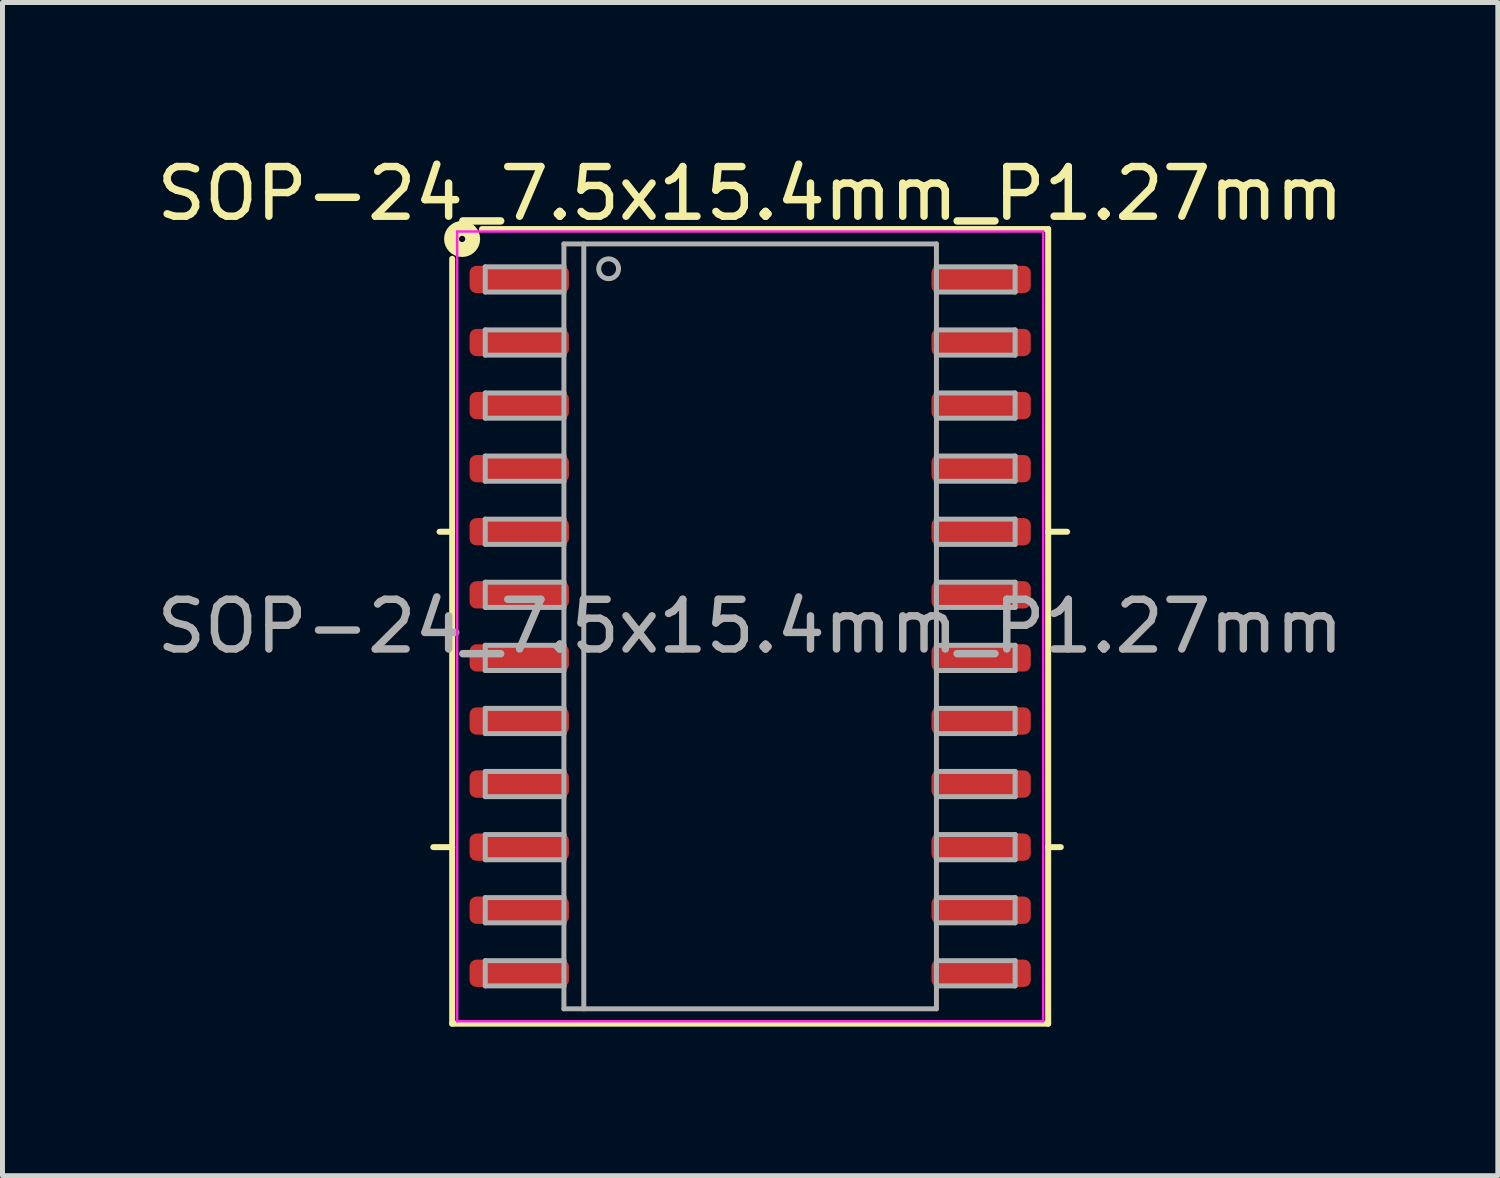
<source format=kicad_pcb>
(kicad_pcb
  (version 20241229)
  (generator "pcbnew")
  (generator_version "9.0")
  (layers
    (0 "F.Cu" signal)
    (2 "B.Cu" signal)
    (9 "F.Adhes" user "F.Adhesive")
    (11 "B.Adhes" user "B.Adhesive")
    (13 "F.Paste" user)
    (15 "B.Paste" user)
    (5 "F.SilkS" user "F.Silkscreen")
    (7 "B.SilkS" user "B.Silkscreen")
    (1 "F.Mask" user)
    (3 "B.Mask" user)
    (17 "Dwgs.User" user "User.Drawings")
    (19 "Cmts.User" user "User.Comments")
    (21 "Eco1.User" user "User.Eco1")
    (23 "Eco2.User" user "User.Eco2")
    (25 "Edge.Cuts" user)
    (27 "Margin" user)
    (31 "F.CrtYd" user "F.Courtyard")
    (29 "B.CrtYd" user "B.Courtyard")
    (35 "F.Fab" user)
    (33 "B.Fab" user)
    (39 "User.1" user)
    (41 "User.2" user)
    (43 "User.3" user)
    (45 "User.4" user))
  (footprint "SOP-24_7.5x15.4mm_P1.27mm"
    (layer "F.Cu")
    (at 12.054 9.561)
    (property "Reference" "SOP-24_7.5x15.4mm_P1.27mm" (at 0 -8.713 0) (layer "F.SilkS") (effects (font (size 1 1) (thickness 0.15))))
    (attr smd)
    (fp_line (start -6 -7.4) (end -6 8) (stroke (width 0.12) (type solid)) (layer "F.SilkS"))
    (fp_line (start -6 -1.905) (end -6.254 -1.905) (stroke (width 0.12) (type solid)) (layer "F.SilkS"))
    (fp_line (start -6 4.445) (end -6.381 4.445) (stroke (width 0.12) (type solid)) (layer "F.SilkS"))
    (fp_line (start -6 8) (end 6 8) (stroke (width 0.12) (type solid)) (layer "F.SilkS"))
    (fp_line (start 6 -8) (end -5.4 -8) (stroke (width 0.12) (type solid)) (layer "F.SilkS"))
    (fp_line (start 6 -1.905) (end 6.381 -1.905) (stroke (width 0.12) (type solid)) (layer "F.SilkS"))
    (fp_line (start 6 4.445) (end 6.254 4.445) (stroke (width 0.12) (type solid)) (layer "F.SilkS"))
    (fp_line (start 6 8) (end 6 -8) (stroke (width 0.12) (type solid)) (layer "F.SilkS"))
    (fp_circle (center -5.8 -7.8) (end -5.737 -7.8) (stroke (width 0.3) (type solid)) (fill no) (layer "F.SilkS"))
    (fp_line (start -5.9 -7.95) (end -5.9 7.95) (stroke (width 0.05) (type solid)) (layer "F.CrtYd"))
    (fp_line (start -5.9 7.95) (end 5.9 7.95) (stroke (width 0.05) (type solid)) (layer "F.CrtYd"))
    (fp_line (start 5.9 -7.95) (end -5.9 -7.95) (stroke (width 0.05) (type solid)) (layer "F.CrtYd"))
    (fp_line (start 5.9 7.95) (end 5.9 -7.95) (stroke (width 0.05) (type solid)) (layer "F.CrtYd"))
    (fp_line (start -5.334 -7.239) (end -5.334 -6.731) (stroke (width 0.1) (type solid)) (layer "F.Fab"))
    (fp_line (start -5.334 -7.239) (end -3.747 -7.239) (stroke (width 0.1) (type solid)) (layer "F.Fab"))
    (fp_line (start -5.334 -6.731) (end -3.747 -6.731) (stroke (width 0.1) (type solid)) (layer "F.Fab"))
    (fp_line (start -5.334 -5.969) (end -5.334 -5.461) (stroke (width 0.1) (type solid)) (layer "F.Fab"))
    (fp_line (start -5.334 -5.969) (end -3.747 -5.969) (stroke (width 0.1) (type solid)) (layer "F.Fab"))
    (fp_line (start -5.334 -5.461) (end -3.747 -5.461) (stroke (width 0.1) (type solid)) (layer "F.Fab"))
    (fp_line (start -5.334 -4.699) (end -5.334 -4.191) (stroke (width 0.1) (type solid)) (layer "F.Fab"))
    (fp_line (start -5.334 -4.699) (end -3.747 -4.699) (stroke (width 0.1) (type solid)) (layer "F.Fab"))
    (fp_line (start -5.334 -4.191) (end -3.747 -4.191) (stroke (width 0.1) (type solid)) (layer "F.Fab"))
    (fp_line (start -5.334 -3.429) (end -5.334 -2.921) (stroke (width 0.1) (type solid)) (layer "F.Fab"))
    (fp_line (start -5.334 -3.429) (end -3.747 -3.429) (stroke (width 0.1) (type solid)) (layer "F.Fab"))
    (fp_line (start -5.334 -2.921) (end -3.747 -2.921) (stroke (width 0.1) (type solid)) (layer "F.Fab"))
    (fp_line (start -5.334 -2.159) (end -5.334 -1.651) (stroke (width 0.1) (type solid)) (layer "F.Fab"))
    (fp_line (start -5.334 -2.159) (end -3.747 -2.159) (stroke (width 0.1) (type solid)) (layer "F.Fab"))
    (fp_line (start -5.334 -1.651) (end -3.747 -1.651) (stroke (width 0.1) (type solid)) (layer "F.Fab"))
    (fp_line (start -5.334 -0.889) (end -5.334 -0.381) (stroke (width 0.1) (type solid)) (layer "F.Fab"))
    (fp_line (start -5.334 -0.889) (end -3.747 -0.889) (stroke (width 0.1) (type solid)) (layer "F.Fab"))
    (fp_line (start -5.334 -0.381) (end -3.747 -0.381) (stroke (width 0.1) (type solid)) (layer "F.Fab"))
    (fp_line (start -5.334 0.381) (end -5.334 0.889) (stroke (width 0.1) (type solid)) (layer "F.Fab"))
    (fp_line (start -5.334 0.381) (end -3.747 0.381) (stroke (width 0.1) (type solid)) (layer "F.Fab"))
    (fp_line (start -5.334 0.889) (end -3.747 0.889) (stroke (width 0.1) (type solid)) (layer "F.Fab"))
    (fp_line (start -5.334 1.651) (end -5.334 2.159) (stroke (width 0.1) (type solid)) (layer "F.Fab"))
    (fp_line (start -5.334 1.651) (end -3.747 1.651) (stroke (width 0.1) (type solid)) (layer "F.Fab"))
    (fp_line (start -5.334 2.159) (end -3.747 2.159) (stroke (width 0.1) (type solid)) (layer "F.Fab"))
    (fp_line (start -5.334 2.921) (end -5.334 3.429) (stroke (width 0.1) (type solid)) (layer "F.Fab"))
    (fp_line (start -5.334 2.921) (end -3.747 2.921) (stroke (width 0.1) (type solid)) (layer "F.Fab"))
    (fp_line (start -5.334 3.429) (end -3.747 3.429) (stroke (width 0.1) (type solid)) (layer "F.Fab"))
    (fp_line (start -5.334 4.191) (end -5.334 4.699) (stroke (width 0.1) (type solid)) (layer "F.Fab"))
    (fp_line (start -5.334 4.191) (end -3.747 4.191) (stroke (width 0.1) (type solid)) (layer "F.Fab"))
    (fp_line (start -5.334 4.699) (end -3.747 4.699) (stroke (width 0.1) (type solid)) (layer "F.Fab"))
    (fp_line (start -5.334 5.461) (end -5.334 5.969) (stroke (width 0.1) (type solid)) (layer "F.Fab"))
    (fp_line (start -5.334 5.461) (end -3.747 5.461) (stroke (width 0.1) (type solid)) (layer "F.Fab"))
    (fp_line (start -5.334 5.969) (end -3.747 5.969) (stroke (width 0.1) (type solid)) (layer "F.Fab"))
    (fp_line (start -5.334 6.731) (end -5.334 7.239) (stroke (width 0.1) (type solid)) (layer "F.Fab"))
    (fp_line (start -5.334 6.731) (end -3.747 6.731) (stroke (width 0.1) (type solid)) (layer "F.Fab"))
    (fp_line (start -5.334 7.239) (end -3.747 7.239) (stroke (width 0.1) (type solid)) (layer "F.Fab"))
    (fp_line (start -3.75 -7.7) (end 3.75 -7.7) (stroke (width 0.1) (type solid)) (layer "F.Fab"))
    (fp_line (start -3.75 7.7) (end -3.75 -7.7) (stroke (width 0.1) (type solid)) (layer "F.Fab"))
    (fp_line (start -3.35 -7.7) (end -3.35 7.7) (stroke (width 0.1) (type solid)) (layer "F.Fab"))
    (fp_line (start 3.75 -7.7) (end 3.75 7.7) (stroke (width 0.1) (type solid)) (layer "F.Fab"))
    (fp_line (start 3.75 7.7) (end -3.75 7.7) (stroke (width 0.1) (type solid)) (layer "F.Fab"))
    (fp_line (start 5.334 -7.239) (end 3.747 -7.239) (stroke (width 0.1) (type solid)) (layer "F.Fab"))
    (fp_line (start 5.334 -6.731) (end 3.747 -6.731) (stroke (width 0.1) (type solid)) (layer "F.Fab"))
    (fp_line (start 5.334 -6.731) (end 5.334 -7.239) (stroke (width 0.1) (type solid)) (layer "F.Fab"))
    (fp_line (start 5.334 -5.969) (end 3.747 -5.969) (stroke (width 0.1) (type solid)) (layer "F.Fab"))
    (fp_line (start 5.334 -5.461) (end 3.747 -5.461) (stroke (width 0.1) (type solid)) (layer "F.Fab"))
    (fp_line (start 5.334 -5.461) (end 5.334 -5.969) (stroke (width 0.1) (type solid)) (layer "F.Fab"))
    (fp_line (start 5.334 -4.699) (end 3.747 -4.699) (stroke (width 0.1) (type solid)) (layer "F.Fab"))
    (fp_line (start 5.334 -4.191) (end 3.747 -4.191) (stroke (width 0.1) (type solid)) (layer "F.Fab"))
    (fp_line (start 5.334 -4.191) (end 5.334 -4.699) (stroke (width 0.1) (type solid)) (layer "F.Fab"))
    (fp_line (start 5.334 -3.429) (end 3.747 -3.429) (stroke (width 0.1) (type solid)) (layer "F.Fab"))
    (fp_line (start 5.334 -2.921) (end 3.747 -2.921) (stroke (width 0.1) (type solid)) (layer "F.Fab"))
    (fp_line (start 5.334 -2.921) (end 5.334 -3.429) (stroke (width 0.1) (type solid)) (layer "F.Fab"))
    (fp_line (start 5.334 -2.159) (end 3.747 -2.159) (stroke (width 0.1) (type solid)) (layer "F.Fab"))
    (fp_line (start 5.334 -1.651) (end 3.747 -1.651) (stroke (width 0.1) (type solid)) (layer "F.Fab"))
    (fp_line (start 5.334 -1.651) (end 5.334 -2.159) (stroke (width 0.1) (type solid)) (layer "F.Fab"))
    (fp_line (start 5.334 -0.889) (end 3.747 -0.889) (stroke (width 0.1) (type solid)) (layer "F.Fab"))
    (fp_line (start 5.334 -0.381) (end 3.747 -0.381) (stroke (width 0.1) (type solid)) (layer "F.Fab"))
    (fp_line (start 5.334 -0.381) (end 5.334 -0.889) (stroke (width 0.1) (type solid)) (layer "F.Fab"))
    (fp_line (start 5.334 0.381) (end 3.747 0.381) (stroke (width 0.1) (type solid)) (layer "F.Fab"))
    (fp_line (start 5.334 0.889) (end 3.747 0.889) (stroke (width 0.1) (type solid)) (layer "F.Fab"))
    (fp_line (start 5.334 0.889) (end 5.334 0.381) (stroke (width 0.1) (type solid)) (layer "F.Fab"))
    (fp_line (start 5.334 1.651) (end 3.747 1.651) (stroke (width 0.1) (type solid)) (layer "F.Fab"))
    (fp_line (start 5.334 2.159) (end 3.747 2.159) (stroke (width 0.1) (type solid)) (layer "F.Fab"))
    (fp_line (start 5.334 2.159) (end 5.334 1.651) (stroke (width 0.1) (type solid)) (layer "F.Fab"))
    (fp_line (start 5.334 2.921) (end 3.747 2.921) (stroke (width 0.1) (type solid)) (layer "F.Fab"))
    (fp_line (start 5.334 3.429) (end 3.747 3.429) (stroke (width 0.1) (type solid)) (layer "F.Fab"))
    (fp_line (start 5.334 3.429) (end 5.334 2.921) (stroke (width 0.1) (type solid)) (layer "F.Fab"))
    (fp_line (start 5.334 4.191) (end 3.747 4.191) (stroke (width 0.1) (type solid)) (layer "F.Fab"))
    (fp_line (start 5.334 4.699) (end 3.747 4.699) (stroke (width 0.1) (type solid)) (layer "F.Fab"))
    (fp_line (start 5.334 4.699) (end 5.334 4.191) (stroke (width 0.1) (type solid)) (layer "F.Fab"))
    (fp_line (start 5.334 5.461) (end 3.747 5.461) (stroke (width 0.1) (type solid)) (layer "F.Fab"))
    (fp_line (start 5.334 5.969) (end 3.747 5.969) (stroke (width 0.1) (type solid)) (layer "F.Fab"))
    (fp_line (start 5.334 5.969) (end 5.334 5.461) (stroke (width 0.1) (type solid)) (layer "F.Fab"))
    (fp_line (start 5.334 6.731) (end 3.747 6.731) (stroke (width 0.1) (type solid)) (layer "F.Fab"))
    (fp_line (start 5.334 7.239) (end 3.747 7.239) (stroke (width 0.1) (type solid)) (layer "F.Fab"))
    (fp_line (start 5.334 7.239) (end 5.334 6.731) (stroke (width 0.1) (type solid)) (layer "F.Fab"))
    (fp_circle (center -2.85 -7.2) (end -2.65 -7.2) (stroke (width 0.1) (type solid)) (fill no) (layer "F.Fab"))
    (fp_text user "${REFERENCE}" (at 0 0 0) (layer "F.Fab") (effects (font (size 1 1) (thickness 0.15))))
    (pad "1" smd roundrect (at -4.65 -6.985) (size 2 0.55) (layers "F.Cu" "F.Mask" "F.Paste") (roundrect_rratio 0.25))
    (pad "2" smd roundrect (at -4.65 -5.715) (size 2 0.55) (layers "F.Cu" "F.Mask" "F.Paste") (roundrect_rratio 0.25))
    (pad "3" smd roundrect (at -4.65 -4.445) (size 2 0.55) (layers "F.Cu" "F.Mask" "F.Paste") (roundrect_rratio 0.25))
    (pad "4" smd roundrect (at -4.65 -3.175) (size 2 0.55) (layers "F.Cu" "F.Mask" "F.Paste") (roundrect_rratio 0.25))
    (pad "5" smd roundrect (at -4.65 -1.905) (size 2 0.55) (layers "F.Cu" "F.Mask" "F.Paste") (roundrect_rratio 0.25))
    (pad "6" smd roundrect (at -4.65 -0.635) (size 2 0.55) (layers "F.Cu" "F.Mask" "F.Paste") (roundrect_rratio 0.25))
    (pad "7" smd roundrect (at -4.65 0.635) (size 2 0.55) (layers "F.Cu" "F.Mask" "F.Paste") (roundrect_rratio 0.25))
    (pad "8" smd roundrect (at -4.65 1.905) (size 2 0.55) (layers "F.Cu" "F.Mask" "F.Paste") (roundrect_rratio 0.25))
    (pad "9" smd roundrect (at -4.65 3.175) (size 2 0.55) (layers "F.Cu" "F.Mask" "F.Paste") (roundrect_rratio 0.25))
    (pad "10" smd roundrect (at -4.65 4.445) (size 2 0.55) (layers "F.Cu" "F.Mask" "F.Paste") (roundrect_rratio 0.25))
    (pad "11" smd roundrect (at -4.65 5.715) (size 2 0.55) (layers "F.Cu" "F.Mask" "F.Paste") (roundrect_rratio 0.25))
    (pad "12" smd roundrect (at -4.65 6.985) (size 2 0.55) (layers "F.Cu" "F.Mask" "F.Paste") (roundrect_rratio 0.25))
    (pad "13" smd roundrect (at 4.65 6.985) (size 2 0.55) (layers "F.Cu" "F.Mask" "F.Paste") (roundrect_rratio 0.25))
    (pad "14" smd roundrect (at 4.65 5.715) (size 2 0.55) (layers "F.Cu" "F.Mask" "F.Paste") (roundrect_rratio 0.25))
    (pad "15" smd roundrect (at 4.65 4.445) (size 2 0.55) (layers "F.Cu" "F.Mask" "F.Paste") (roundrect_rratio 0.25))
    (pad "16" smd roundrect (at 4.65 3.175) (size 2 0.55) (layers "F.Cu" "F.Mask" "F.Paste") (roundrect_rratio 0.25))
    (pad "17" smd roundrect (at 4.65 1.905) (size 2 0.55) (layers "F.Cu" "F.Mask" "F.Paste") (roundrect_rratio 0.25))
    (pad "18" smd roundrect (at 4.65 0.635) (size 2 0.55) (layers "F.Cu" "F.Mask" "F.Paste") (roundrect_rratio 0.25))
    (pad "19" smd roundrect (at 4.65 -0.635) (size 2 0.55) (layers "F.Cu" "F.Mask" "F.Paste") (roundrect_rratio 0.25))
    (pad "20" smd roundrect (at 4.65 -1.905) (size 2 0.55) (layers "F.Cu" "F.Mask" "F.Paste") (roundrect_rratio 0.25))
    (pad "21" smd roundrect (at 4.65 -3.175) (size 2 0.55) (layers "F.Cu" "F.Mask" "F.Paste") (roundrect_rratio 0.25))
    (pad "22" smd roundrect (at 4.65 -4.445) (size 2 0.55) (layers "F.Cu" "F.Mask" "F.Paste") (roundrect_rratio 0.25))
    (pad "23" smd roundrect (at 4.65 -5.715) (size 2 0.55) (layers "F.Cu" "F.Mask" "F.Paste") (roundrect_rratio 0.25))
    (pad "24" smd roundrect (at 4.65 -6.985) (size 2 0.55) (layers "F.Cu" "F.Mask" "F.Paste") (roundrect_rratio 0.25)))
  (gr_rect
    (start -3 -3)
    (end 27.107 20.621)
    (stroke (width 0.1) (type default))
    (fill no)
    (layer "Edge.Cuts")))
</source>
